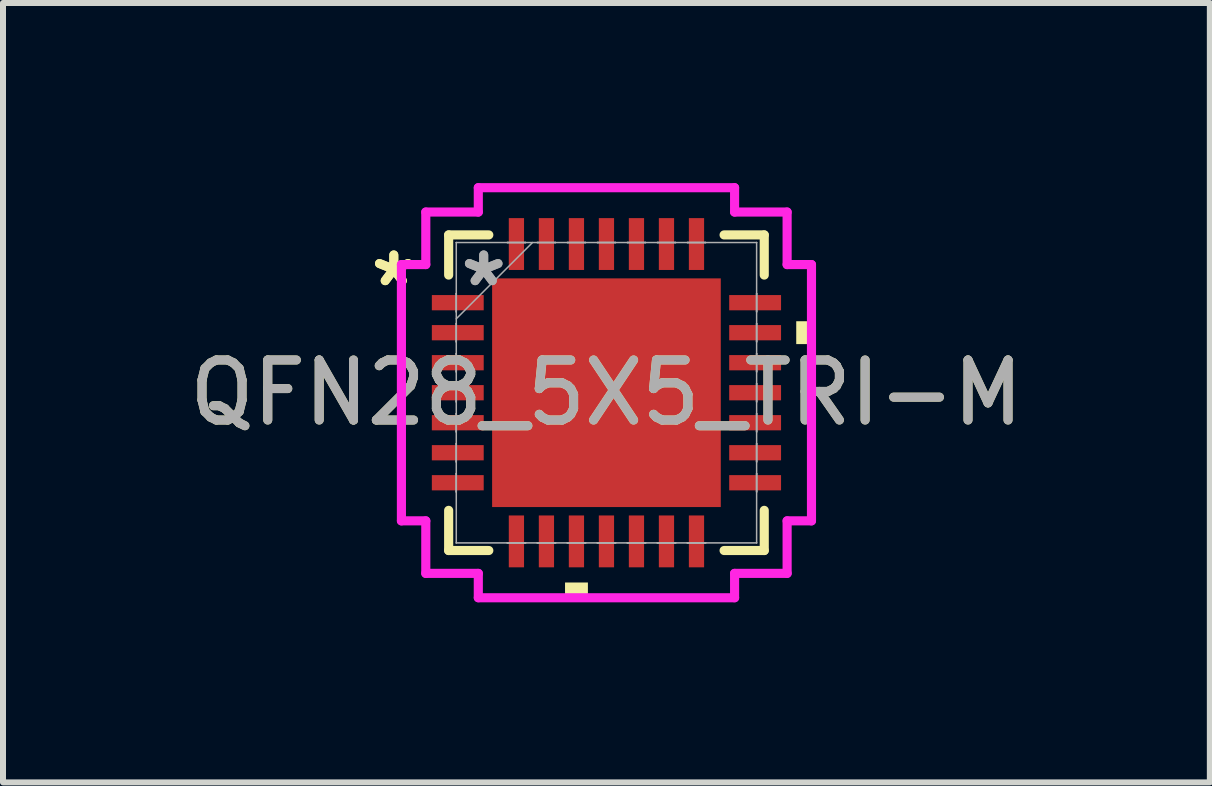
<source format=kicad_pcb>
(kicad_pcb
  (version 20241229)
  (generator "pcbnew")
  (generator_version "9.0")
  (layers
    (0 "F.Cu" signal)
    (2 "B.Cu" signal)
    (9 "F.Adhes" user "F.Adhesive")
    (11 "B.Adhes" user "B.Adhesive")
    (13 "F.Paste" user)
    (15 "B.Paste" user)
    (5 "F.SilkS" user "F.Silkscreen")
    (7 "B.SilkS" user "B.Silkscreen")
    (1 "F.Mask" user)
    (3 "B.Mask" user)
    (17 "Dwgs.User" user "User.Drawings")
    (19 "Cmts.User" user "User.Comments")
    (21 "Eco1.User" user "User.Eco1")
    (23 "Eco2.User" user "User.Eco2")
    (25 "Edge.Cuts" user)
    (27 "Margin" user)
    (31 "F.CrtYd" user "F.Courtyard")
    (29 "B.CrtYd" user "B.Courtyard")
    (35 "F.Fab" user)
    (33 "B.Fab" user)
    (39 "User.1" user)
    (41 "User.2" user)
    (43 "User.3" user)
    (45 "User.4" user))
  (footprint "QFN28_5X5_TRI-M"
    (layer "F.Cu")
    (at 7.054 3.493)
    (property "Reference" "QFN28_5X5_TRI-M" (at 0 0 0) (unlocked yes) (layer "F.SilkS") (effects (font (size 1 1) (thickness 0.15))))
    (attr smd)
    (fp_line (start -2.629 -2.629) (end -2.629 -1.96) (stroke (width 0.152) (type solid)) (layer "F.SilkS"))
    (fp_line (start -2.629 1.96) (end -2.629 2.629) (stroke (width 0.152) (type solid)) (layer "F.SilkS"))
    (fp_line (start -2.629 2.629) (end -1.96 2.629) (stroke (width 0.152) (type solid)) (layer "F.SilkS"))
    (fp_line (start -1.96 -2.629) (end -2.629 -2.629) (stroke (width 0.152) (type solid)) (layer "F.SilkS"))
    (fp_line (start 1.96 2.629) (end 2.629 2.629) (stroke (width 0.152) (type solid)) (layer "F.SilkS"))
    (fp_line (start 2.629 -2.629) (end 1.96 -2.629) (stroke (width 0.152) (type solid)) (layer "F.SilkS"))
    (fp_line (start 2.629 -1.96) (end 2.629 -2.629) (stroke (width 0.152) (type solid)) (layer "F.SilkS"))
    (fp_line (start 2.629 2.629) (end 2.629 1.96) (stroke (width 0.152) (type solid)) (layer "F.SilkS"))
    (fp_poly (pts (xy -0.69 3.162) (xy -0.69 3.416) (xy -0.309 3.416) (xy -0.309 3.162)) (stroke (width 0) (type solid)) (fill yes) (layer "F.SilkS"))
    (fp_poly (pts (xy 3.416 -1.191) (xy 3.416 -0.81) (xy 3.162 -0.81) (xy 3.162 -1.191)) (stroke (width 0) (type solid)) (fill yes) (layer "F.SilkS"))
    (fp_poly (pts (xy -1.805 -1.805) (xy -1.805 -0.735) (xy -0.735 -0.735) (xy -0.735 -1.805)) (stroke (width 0) (type solid)) (fill yes) (layer "F.Paste"))
    (fp_poly (pts (xy -1.805 -0.535) (xy -1.805 0.535) (xy -0.735 0.535) (xy -0.735 -0.535)) (stroke (width 0) (type solid)) (fill yes) (layer "F.Paste"))
    (fp_poly (pts (xy -1.805 0.735) (xy -1.805 1.805) (xy -0.735 1.805) (xy -0.735 0.735)) (stroke (width 0) (type solid)) (fill yes) (layer "F.Paste"))
    (fp_poly (pts (xy -0.535 -1.805) (xy -0.535 -0.735) (xy 0.535 -0.735) (xy 0.535 -1.805)) (stroke (width 0) (type solid)) (fill yes) (layer "F.Paste"))
    (fp_poly (pts (xy -0.535 -0.535) (xy -0.535 0.535) (xy 0.535 0.535) (xy 0.535 -0.535)) (stroke (width 0) (type solid)) (fill yes) (layer "F.Paste"))
    (fp_poly (pts (xy -0.535 0.735) (xy -0.535 1.805) (xy 0.535 1.805) (xy 0.535 0.735)) (stroke (width 0) (type solid)) (fill yes) (layer "F.Paste"))
    (fp_poly (pts (xy 0.735 -1.805) (xy 0.735 -0.735) (xy 1.805 -0.735) (xy 1.805 -1.805)) (stroke (width 0) (type solid)) (fill yes) (layer "F.Paste"))
    (fp_poly (pts (xy 0.735 -0.535) (xy 0.735 0.535) (xy 1.805 0.535) (xy 1.805 -0.535)) (stroke (width 0) (type solid)) (fill yes) (layer "F.Paste"))
    (fp_poly (pts (xy 0.735 0.735) (xy 0.735 1.805) (xy 1.805 1.805) (xy 1.805 0.735)) (stroke (width 0) (type solid)) (fill yes) (layer "F.Paste"))
    (fp_line (start -3.416 -2.135) (end -3.01 -2.135) (stroke (width 0.152) (type solid)) (layer "F.CrtYd"))
    (fp_line (start -3.416 2.135) (end -3.416 -2.135) (stroke (width 0.152) (type solid)) (layer "F.CrtYd"))
    (fp_line (start -3.01 -3.01) (end -2.135 -3.01) (stroke (width 0.152) (type solid)) (layer "F.CrtYd"))
    (fp_line (start -3.01 -2.135) (end -3.01 -3.01) (stroke (width 0.152) (type solid)) (layer "F.CrtYd"))
    (fp_line (start -3.01 2.135) (end -3.416 2.135) (stroke (width 0.152) (type solid)) (layer "F.CrtYd"))
    (fp_line (start -3.01 3.01) (end -3.01 2.135) (stroke (width 0.152) (type solid)) (layer "F.CrtYd"))
    (fp_line (start -2.135 -3.416) (end 2.135 -3.416) (stroke (width 0.152) (type solid)) (layer "F.CrtYd"))
    (fp_line (start -2.135 -3.01) (end -2.135 -3.416) (stroke (width 0.152) (type solid)) (layer "F.CrtYd"))
    (fp_line (start -2.135 3.01) (end -3.01 3.01) (stroke (width 0.152) (type solid)) (layer "F.CrtYd"))
    (fp_line (start -2.135 3.416) (end -2.135 3.01) (stroke (width 0.152) (type solid)) (layer "F.CrtYd"))
    (fp_line (start 2.135 -3.416) (end 2.135 -3.01) (stroke (width 0.152) (type solid)) (layer "F.CrtYd"))
    (fp_line (start 2.135 -3.01) (end 3.01 -3.01) (stroke (width 0.152) (type solid)) (layer "F.CrtYd"))
    (fp_line (start 2.135 3.01) (end 2.135 3.416) (stroke (width 0.152) (type solid)) (layer "F.CrtYd"))
    (fp_line (start 2.135 3.416) (end -2.135 3.416) (stroke (width 0.152) (type solid)) (layer "F.CrtYd"))
    (fp_line (start 3.01 -3.01) (end 3.01 -2.135) (stroke (width 0.152) (type solid)) (layer "F.CrtYd"))
    (fp_line (start 3.01 -2.135) (end 3.416 -2.135) (stroke (width 0.152) (type solid)) (layer "F.CrtYd"))
    (fp_line (start 3.01 2.135) (end 3.01 3.01) (stroke (width 0.152) (type solid)) (layer "F.CrtYd"))
    (fp_line (start 3.01 3.01) (end 2.135 3.01) (stroke (width 0.152) (type solid)) (layer "F.CrtYd"))
    (fp_line (start 3.416 -2.135) (end 3.416 2.135) (stroke (width 0.152) (type solid)) (layer "F.CrtYd"))
    (fp_line (start 3.416 2.135) (end 3.01 2.135) (stroke (width 0.152) (type solid)) (layer "F.CrtYd"))
    (fp_line (start -2.502 -2.502) (end -2.502 -2.502) (stroke (width 0.025) (type solid)) (layer "F.Fab"))
    (fp_line (start -2.502 -2.502) (end -2.502 2.502) (stroke (width 0.025) (type solid)) (layer "F.Fab"))
    (fp_line (start -2.502 -1.652) (end -2.502 -1.652) (stroke (width 0.025) (type solid)) (layer "F.Fab"))
    (fp_line (start -2.502 -1.652) (end -2.502 -1.348) (stroke (width 0.025) (type solid)) (layer "F.Fab"))
    (fp_line (start -2.502 -1.348) (end -2.502 -1.652) (stroke (width 0.025) (type solid)) (layer "F.Fab"))
    (fp_line (start -2.502 -1.348) (end -2.502 -1.348) (stroke (width 0.025) (type solid)) (layer "F.Fab"))
    (fp_line (start -2.502 -1.232) (end -1.232 -2.502) (stroke (width 0.025) (type solid)) (layer "F.Fab"))
    (fp_line (start -2.502 -1.152) (end -2.502 -1.152) (stroke (width 0.025) (type solid)) (layer "F.Fab"))
    (fp_line (start -2.502 -1.152) (end -2.502 -0.848) (stroke (width 0.025) (type solid)) (layer "F.Fab"))
    (fp_line (start -2.502 -0.848) (end -2.502 -1.152) (stroke (width 0.025) (type solid)) (layer "F.Fab"))
    (fp_line (start -2.502 -0.848) (end -2.502 -0.848) (stroke (width 0.025) (type solid)) (layer "F.Fab"))
    (fp_line (start -2.502 -0.652) (end -2.502 -0.652) (stroke (width 0.025) (type solid)) (layer "F.Fab"))
    (fp_line (start -2.502 -0.652) (end -2.502 -0.348) (stroke (width 0.025) (type solid)) (layer "F.Fab"))
    (fp_line (start -2.502 -0.348) (end -2.502 -0.652) (stroke (width 0.025) (type solid)) (layer "F.Fab"))
    (fp_line (start -2.502 -0.348) (end -2.502 -0.348) (stroke (width 0.025) (type solid)) (layer "F.Fab"))
    (fp_line (start -2.502 -0.152) (end -2.502 -0.152) (stroke (width 0.025) (type solid)) (layer "F.Fab"))
    (fp_line (start -2.502 -0.152) (end -2.502 0.152) (stroke (width 0.025) (type solid)) (layer "F.Fab"))
    (fp_line (start -2.502 0.152) (end -2.502 -0.152) (stroke (width 0.025) (type solid)) (layer "F.Fab"))
    (fp_line (start -2.502 0.152) (end -2.502 0.152) (stroke (width 0.025) (type solid)) (layer "F.Fab"))
    (fp_line (start -2.502 0.348) (end -2.502 0.348) (stroke (width 0.025) (type solid)) (layer "F.Fab"))
    (fp_line (start -2.502 0.348) (end -2.502 0.652) (stroke (width 0.025) (type solid)) (layer "F.Fab"))
    (fp_line (start -2.502 0.652) (end -2.502 0.348) (stroke (width 0.025) (type solid)) (layer "F.Fab"))
    (fp_line (start -2.502 0.652) (end -2.502 0.652) (stroke (width 0.025) (type solid)) (layer "F.Fab"))
    (fp_line (start -2.502 0.848) (end -2.502 0.848) (stroke (width 0.025) (type solid)) (layer "F.Fab"))
    (fp_line (start -2.502 0.848) (end -2.502 1.152) (stroke (width 0.025) (type solid)) (layer "F.Fab"))
    (fp_line (start -2.502 1.152) (end -2.502 0.848) (stroke (width 0.025) (type solid)) (layer "F.Fab"))
    (fp_line (start -2.502 1.152) (end -2.502 1.152) (stroke (width 0.025) (type solid)) (layer "F.Fab"))
    (fp_line (start -2.502 1.348) (end -2.502 1.348) (stroke (width 0.025) (type solid)) (layer "F.Fab"))
    (fp_line (start -2.502 1.348) (end -2.502 1.652) (stroke (width 0.025) (type solid)) (layer "F.Fab"))
    (fp_line (start -2.502 1.652) (end -2.502 1.348) (stroke (width 0.025) (type solid)) (layer "F.Fab"))
    (fp_line (start -2.502 1.652) (end -2.502 1.652) (stroke (width 0.025) (type solid)) (layer "F.Fab"))
    (fp_line (start -2.502 2.502) (end -2.502 2.502) (stroke (width 0.025) (type solid)) (layer "F.Fab"))
    (fp_line (start -2.502 2.502) (end 2.502 2.502) (stroke (width 0.025) (type solid)) (layer "F.Fab"))
    (fp_line (start -1.652 -2.502) (end -1.652 -2.502) (stroke (width 0.025) (type solid)) (layer "F.Fab"))
    (fp_line (start -1.652 -2.502) (end -1.348 -2.502) (stroke (width 0.025) (type solid)) (layer "F.Fab"))
    (fp_line (start -1.652 2.502) (end -1.652 2.502) (stroke (width 0.025) (type solid)) (layer "F.Fab"))
    (fp_line (start -1.652 2.502) (end -1.348 2.502) (stroke (width 0.025) (type solid)) (layer "F.Fab"))
    (fp_line (start -1.348 -2.502) (end -1.652 -2.502) (stroke (width 0.025) (type solid)) (layer "F.Fab"))
    (fp_line (start -1.348 -2.502) (end -1.348 -2.502) (stroke (width 0.025) (type solid)) (layer "F.Fab"))
    (fp_line (start -1.348 2.502) (end -1.652 2.502) (stroke (width 0.025) (type solid)) (layer "F.Fab"))
    (fp_line (start -1.348 2.502) (end -1.348 2.502) (stroke (width 0.025) (type solid)) (layer "F.Fab"))
    (fp_line (start -1.152 -2.502) (end -1.152 -2.502) (stroke (width 0.025) (type solid)) (layer "F.Fab"))
    (fp_line (start -1.152 -2.502) (end -0.848 -2.502) (stroke (width 0.025) (type solid)) (layer "F.Fab"))
    (fp_line (start -1.152 2.502) (end -1.152 2.502) (stroke (width 0.025) (type solid)) (layer "F.Fab"))
    (fp_line (start -1.152 2.502) (end -0.848 2.502) (stroke (width 0.025) (type solid)) (layer "F.Fab"))
    (fp_line (start -0.848 -2.502) (end -1.152 -2.502) (stroke (width 0.025) (type solid)) (layer "F.Fab"))
    (fp_line (start -0.848 -2.502) (end -0.848 -2.502) (stroke (width 0.025) (type solid)) (layer "F.Fab"))
    (fp_line (start -0.848 2.502) (end -1.152 2.502) (stroke (width 0.025) (type solid)) (layer "F.Fab"))
    (fp_line (start -0.848 2.502) (end -0.848 2.502) (stroke (width 0.025) (type solid)) (layer "F.Fab"))
    (fp_line (start -0.652 -2.502) (end -0.652 -2.502) (stroke (width 0.025) (type solid)) (layer "F.Fab"))
    (fp_line (start -0.652 -2.502) (end -0.348 -2.502) (stroke (width 0.025) (type solid)) (layer "F.Fab"))
    (fp_line (start -0.652 2.502) (end -0.652 2.502) (stroke (width 0.025) (type solid)) (layer "F.Fab"))
    (fp_line (start -0.652 2.502) (end -0.348 2.502) (stroke (width 0.025) (type solid)) (layer "F.Fab"))
    (fp_line (start -0.348 -2.502) (end -0.652 -2.502) (stroke (width 0.025) (type solid)) (layer "F.Fab"))
    (fp_line (start -0.348 -2.502) (end -0.348 -2.502) (stroke (width 0.025) (type solid)) (layer "F.Fab"))
    (fp_line (start -0.348 2.502) (end -0.652 2.502) (stroke (width 0.025) (type solid)) (layer "F.Fab"))
    (fp_line (start -0.348 2.502) (end -0.348 2.502) (stroke (width 0.025) (type solid)) (layer "F.Fab"))
    (fp_line (start -0.152 -2.502) (end -0.152 -2.502) (stroke (width 0.025) (type solid)) (layer "F.Fab"))
    (fp_line (start -0.152 -2.502) (end 0.152 -2.502) (stroke (width 0.025) (type solid)) (layer "F.Fab"))
    (fp_line (start -0.152 2.502) (end -0.152 2.502) (stroke (width 0.025) (type solid)) (layer "F.Fab"))
    (fp_line (start -0.152 2.502) (end 0.152 2.502) (stroke (width 0.025) (type solid)) (layer "F.Fab"))
    (fp_line (start 0.152 -2.502) (end -0.152 -2.502) (stroke (width 0.025) (type solid)) (layer "F.Fab"))
    (fp_line (start 0.152 -2.502) (end 0.152 -2.502) (stroke (width 0.025) (type solid)) (layer "F.Fab"))
    (fp_line (start 0.152 2.502) (end -0.152 2.502) (stroke (width 0.025) (type solid)) (layer "F.Fab"))
    (fp_line (start 0.152 2.502) (end 0.152 2.502) (stroke (width 0.025) (type solid)) (layer "F.Fab"))
    (fp_line (start 0.348 -2.502) (end 0.348 -2.502) (stroke (width 0.025) (type solid)) (layer "F.Fab"))
    (fp_line (start 0.348 -2.502) (end 0.652 -2.502) (stroke (width 0.025) (type solid)) (layer "F.Fab"))
    (fp_line (start 0.348 2.502) (end 0.348 2.502) (stroke (width 0.025) (type solid)) (layer "F.Fab"))
    (fp_line (start 0.348 2.502) (end 0.652 2.502) (stroke (width 0.025) (type solid)) (layer "F.Fab"))
    (fp_line (start 0.652 -2.502) (end 0.348 -2.502) (stroke (width 0.025) (type solid)) (layer "F.Fab"))
    (fp_line (start 0.652 -2.502) (end 0.652 -2.502) (stroke (width 0.025) (type solid)) (layer "F.Fab"))
    (fp_line (start 0.652 2.502) (end 0.348 2.502) (stroke (width 0.025) (type solid)) (layer "F.Fab"))
    (fp_line (start 0.652 2.502) (end 0.652 2.502) (stroke (width 0.025) (type solid)) (layer "F.Fab"))
    (fp_line (start 0.848 -2.502) (end 0.848 -2.502) (stroke (width 0.025) (type solid)) (layer "F.Fab"))
    (fp_line (start 0.848 -2.502) (end 1.152 -2.502) (stroke (width 0.025) (type solid)) (layer "F.Fab"))
    (fp_line (start 0.848 2.502) (end 0.848 2.502) (stroke (width 0.025) (type solid)) (layer "F.Fab"))
    (fp_line (start 0.848 2.502) (end 1.152 2.502) (stroke (width 0.025) (type solid)) (layer "F.Fab"))
    (fp_line (start 1.152 -2.502) (end 0.848 -2.502) (stroke (width 0.025) (type solid)) (layer "F.Fab"))
    (fp_line (start 1.152 -2.502) (end 1.152 -2.502) (stroke (width 0.025) (type solid)) (layer "F.Fab"))
    (fp_line (start 1.152 2.502) (end 0.848 2.502) (stroke (width 0.025) (type solid)) (layer "F.Fab"))
    (fp_line (start 1.152 2.502) (end 1.152 2.502) (stroke (width 0.025) (type solid)) (layer "F.Fab"))
    (fp_line (start 1.348 -2.502) (end 1.348 -2.502) (stroke (width 0.025) (type solid)) (layer "F.Fab"))
    (fp_line (start 1.348 -2.502) (end 1.652 -2.502) (stroke (width 0.025) (type solid)) (layer "F.Fab"))
    (fp_line (start 1.348 2.502) (end 1.348 2.502) (stroke (width 0.025) (type solid)) (layer "F.Fab"))
    (fp_line (start 1.348 2.502) (end 1.652 2.502) (stroke (width 0.025) (type solid)) (layer "F.Fab"))
    (fp_line (start 1.652 -2.502) (end 1.348 -2.502) (stroke (width 0.025) (type solid)) (layer "F.Fab"))
    (fp_line (start 1.652 -2.502) (end 1.652 -2.502) (stroke (width 0.025) (type solid)) (layer "F.Fab"))
    (fp_line (start 1.652 2.502) (end 1.348 2.502) (stroke (width 0.025) (type solid)) (layer "F.Fab"))
    (fp_line (start 1.652 2.502) (end 1.652 2.502) (stroke (width 0.025) (type solid)) (layer "F.Fab"))
    (fp_line (start 2.502 -2.502) (end -2.502 -2.502) (stroke (width 0.025) (type solid)) (layer "F.Fab"))
    (fp_line (start 2.502 -2.502) (end 2.502 -2.502) (stroke (width 0.025) (type solid)) (layer "F.Fab"))
    (fp_line (start 2.502 -1.652) (end 2.502 -1.652) (stroke (width 0.025) (type solid)) (layer "F.Fab"))
    (fp_line (start 2.502 -1.652) (end 2.502 -1.348) (stroke (width 0.025) (type solid)) (layer "F.Fab"))
    (fp_line (start 2.502 -1.348) (end 2.502 -1.652) (stroke (width 0.025) (type solid)) (layer "F.Fab"))
    (fp_line (start 2.502 -1.348) (end 2.502 -1.348) (stroke (width 0.025) (type solid)) (layer "F.Fab"))
    (fp_line (start 2.502 -1.152) (end 2.502 -1.152) (stroke (width 0.025) (type solid)) (layer "F.Fab"))
    (fp_line (start 2.502 -1.152) (end 2.502 -0.848) (stroke (width 0.025) (type solid)) (layer "F.Fab"))
    (fp_line (start 2.502 -0.848) (end 2.502 -1.152) (stroke (width 0.025) (type solid)) (layer "F.Fab"))
    (fp_line (start 2.502 -0.848) (end 2.502 -0.848) (stroke (width 0.025) (type solid)) (layer "F.Fab"))
    (fp_line (start 2.502 -0.652) (end 2.502 -0.652) (stroke (width 0.025) (type solid)) (layer "F.Fab"))
    (fp_line (start 2.502 -0.652) (end 2.502 -0.348) (stroke (width 0.025) (type solid)) (layer "F.Fab"))
    (fp_line (start 2.502 -0.348) (end 2.502 -0.652) (stroke (width 0.025) (type solid)) (layer "F.Fab"))
    (fp_line (start 2.502 -0.348) (end 2.502 -0.348) (stroke (width 0.025) (type solid)) (layer "F.Fab"))
    (fp_line (start 2.502 -0.152) (end 2.502 -0.152) (stroke (width 0.025) (type solid)) (layer "F.Fab"))
    (fp_line (start 2.502 -0.152) (end 2.502 0.152) (stroke (width 0.025) (type solid)) (layer "F.Fab"))
    (fp_line (start 2.502 0.152) (end 2.502 -0.152) (stroke (width 0.025) (type solid)) (layer "F.Fab"))
    (fp_line (start 2.502 0.152) (end 2.502 0.152) (stroke (width 0.025) (type solid)) (layer "F.Fab"))
    (fp_line (start 2.502 0.348) (end 2.502 0.348) (stroke (width 0.025) (type solid)) (layer "F.Fab"))
    (fp_line (start 2.502 0.348) (end 2.502 0.652) (stroke (width 0.025) (type solid)) (layer "F.Fab"))
    (fp_line (start 2.502 0.652) (end 2.502 0.348) (stroke (width 0.025) (type solid)) (layer "F.Fab"))
    (fp_line (start 2.502 0.652) (end 2.502 0.652) (stroke (width 0.025) (type solid)) (layer "F.Fab"))
    (fp_line (start 2.502 0.848) (end 2.502 0.848) (stroke (width 0.025) (type solid)) (layer "F.Fab"))
    (fp_line (start 2.502 0.848) (end 2.502 1.152) (stroke (width 0.025) (type solid)) (layer "F.Fab"))
    (fp_line (start 2.502 1.152) (end 2.502 0.848) (stroke (width 0.025) (type solid)) (layer "F.Fab"))
    (fp_line (start 2.502 1.152) (end 2.502 1.152) (stroke (width 0.025) (type solid)) (layer "F.Fab"))
    (fp_line (start 2.502 1.348) (end 2.502 1.348) (stroke (width 0.025) (type solid)) (layer "F.Fab"))
    (fp_line (start 2.502 1.348) (end 2.502 1.652) (stroke (width 0.025) (type solid)) (layer "F.Fab"))
    (fp_line (start 2.502 1.652) (end 2.502 1.348) (stroke (width 0.025) (type solid)) (layer "F.Fab"))
    (fp_line (start 2.502 1.652) (end 2.502 1.652) (stroke (width 0.025) (type solid)) (layer "F.Fab"))
    (fp_line (start 2.502 2.502) (end 2.502 -2.502) (stroke (width 0.025) (type solid)) (layer "F.Fab"))
    (fp_line (start 2.502 2.502) (end 2.502 2.502) (stroke (width 0.025) (type solid)) (layer "F.Fab"))
    (fp_text user "*" (at -3.543 -1.75 0) (unlocked yes) (layer "F.SilkS") (effects (font (size 1 1) (thickness 0.15))))
    (fp_text user "*" (at -3.543 -1.75 0) (layer "F.SilkS") (effects (font (size 1 1) (thickness 0.15))))
    (fp_text user "${REFERENCE}" (at 0 0 0) (unlocked yes) (layer "F.Fab") (effects (font (size 1 1) (thickness 0.15))))
    (fp_text user "*" (at -2.045 -1.75 0) (unlocked yes) (layer "F.Fab") (effects (font (size 1 1) (thickness 0.15))))
    (fp_text user "*" (at -2.045 -1.75 0) (layer "F.Fab") (effects (font (size 1 1) (thickness 0.15))))
    (pad "1" smd rect (at -2.477 -1.5 90) (size 0.254 0.864) (layers "F.Cu" "F.Mask" "F.Paste"))
    (pad "2" smd rect (at -2.477 -1 90) (size 0.254 0.864) (layers "F.Cu" "F.Mask" "F.Paste"))
    (pad "3" smd rect (at -2.477 -0.5 90) (size 0.254 0.864) (layers "F.Cu" "F.Mask" "F.Paste"))
    (pad "4" smd rect (at -2.477 0 90) (size 0.254 0.864) (layers "F.Cu" "F.Mask" "F.Paste"))
    (pad "5" smd rect (at -2.477 0.5 90) (size 0.254 0.864) (layers "F.Cu" "F.Mask" "F.Paste"))
    (pad "6" smd rect (at -2.477 1 90) (size 0.254 0.864) (layers "F.Cu" "F.Mask" "F.Paste"))
    (pad "7" smd rect (at -2.477 1.5 90) (size 0.254 0.864) (layers "F.Cu" "F.Mask" "F.Paste"))
    (pad "8" smd rect (at -1.5 2.477) (size 0.254 0.864) (layers "F.Cu" "F.Mask" "F.Paste"))
    (pad "9" smd rect (at -1 2.477) (size 0.254 0.864) (layers "F.Cu" "F.Mask" "F.Paste"))
    (pad "10" smd rect (at -0.5 2.477) (size 0.254 0.864) (layers "F.Cu" "F.Mask" "F.Paste"))
    (pad "11" smd rect (at 0 2.477) (size 0.254 0.864) (layers "F.Cu" "F.Mask" "F.Paste"))
    (pad "12" smd rect (at 0.5 2.477) (size 0.254 0.864) (layers "F.Cu" "F.Mask" "F.Paste"))
    (pad "13" smd rect (at 1 2.477) (size 0.254 0.864) (layers "F.Cu" "F.Mask" "F.Paste"))
    (pad "14" smd rect (at 1.5 2.477) (size 0.254 0.864) (layers "F.Cu" "F.Mask" "F.Paste"))
    (pad "15" smd rect (at 2.477 1.5 90) (size 0.254 0.864) (layers "F.Cu" "F.Mask" "F.Paste"))
    (pad "16" smd rect (at 2.477 1 90) (size 0.254 0.864) (layers "F.Cu" "F.Mask" "F.Paste"))
    (pad "17" smd rect (at 2.477 0.5 90) (size 0.254 0.864) (layers "F.Cu" "F.Mask" "F.Paste"))
    (pad "18" smd rect (at 2.477 0 90) (size 0.254 0.864) (layers "F.Cu" "F.Mask" "F.Paste"))
    (pad "19" smd rect (at 2.477 -0.5 90) (size 0.254 0.864) (layers "F.Cu" "F.Mask" "F.Paste"))
    (pad "20" smd rect (at 2.477 -1 90) (size 0.254 0.864) (layers "F.Cu" "F.Mask" "F.Paste"))
    (pad "21" smd rect (at 2.477 -1.5 90) (size 0.254 0.864) (layers "F.Cu" "F.Mask" "F.Paste"))
    (pad "22" smd rect (at 1.5 -2.477) (size 0.254 0.864) (layers "F.Cu" "F.Mask" "F.Paste"))
    (pad "23" smd rect (at 1 -2.477) (size 0.254 0.864) (layers "F.Cu" "F.Mask" "F.Paste"))
    (pad "24" smd rect (at 0.5 -2.477) (size 0.254 0.864) (layers "F.Cu" "F.Mask" "F.Paste"))
    (pad "25" smd rect (at 0 -2.477) (size 0.254 0.864) (layers "F.Cu" "F.Mask" "F.Paste"))
    (pad "26" smd rect (at -0.5 -2.477) (size 0.254 0.864) (layers "F.Cu" "F.Mask" "F.Paste"))
    (pad "27" smd rect (at -1 -2.477) (size 0.254 0.864) (layers "F.Cu" "F.Mask" "F.Paste"))
    (pad "28" smd rect (at -1.5 -2.477) (size 0.254 0.864) (layers "F.Cu" "F.Mask" "F.Paste"))
    (pad "29" smd rect (at 0 0) (size 3.81 3.81) (layers "F.Cu" "F.Mask" "F.Paste")))
  (gr_rect
    (start -3 -3)
    (end 17.107 9.985)
    (stroke (width 0.1) (type default))
    (fill no)
    (layer "Edge.Cuts")))
</source>
